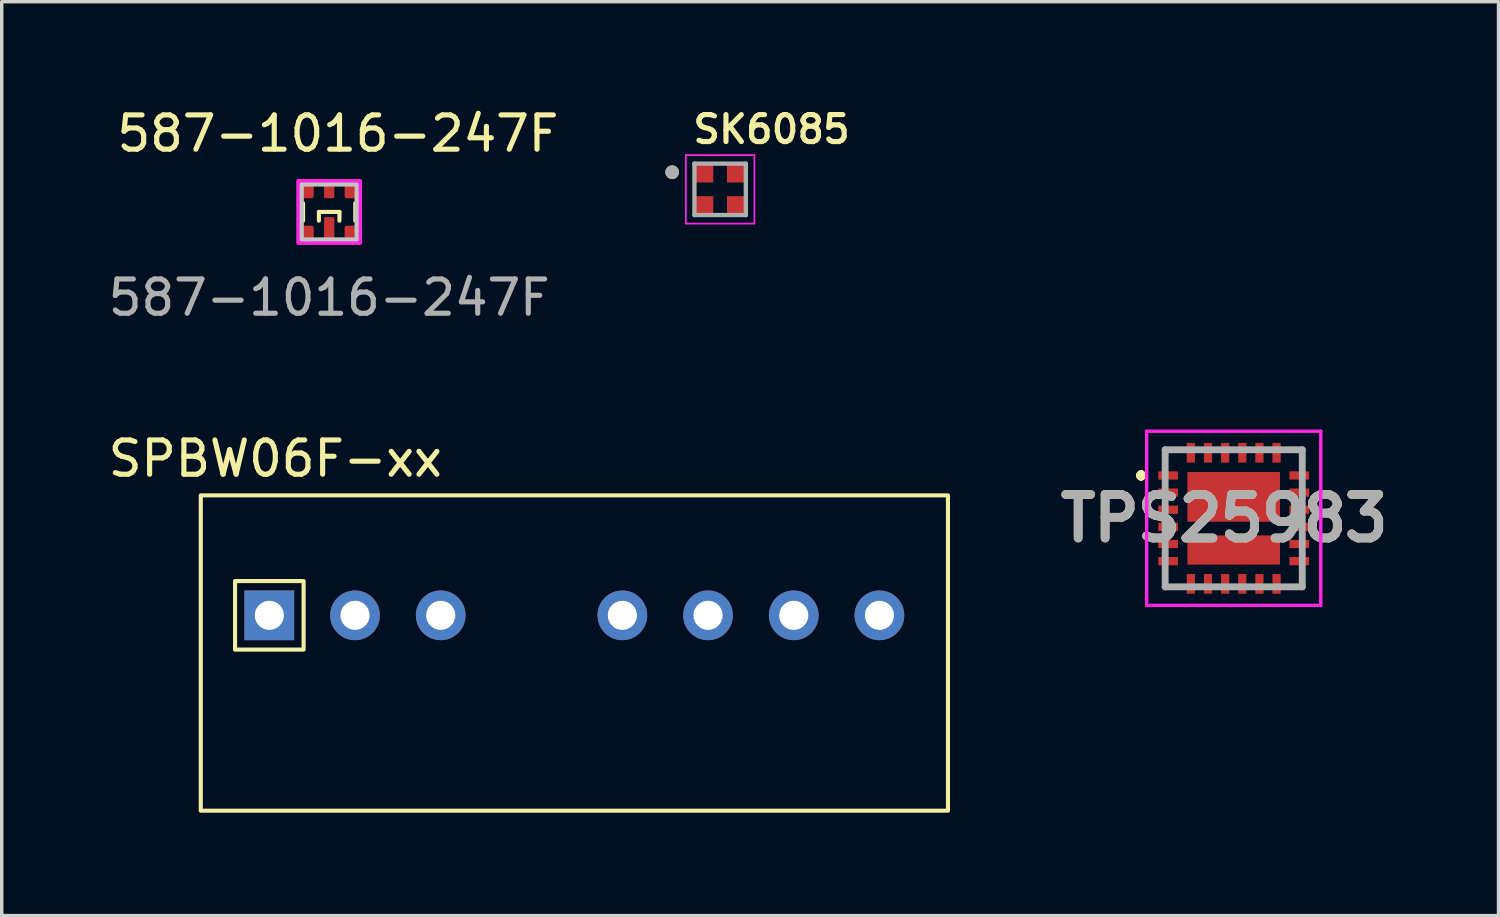
<source format=kicad_pcb>
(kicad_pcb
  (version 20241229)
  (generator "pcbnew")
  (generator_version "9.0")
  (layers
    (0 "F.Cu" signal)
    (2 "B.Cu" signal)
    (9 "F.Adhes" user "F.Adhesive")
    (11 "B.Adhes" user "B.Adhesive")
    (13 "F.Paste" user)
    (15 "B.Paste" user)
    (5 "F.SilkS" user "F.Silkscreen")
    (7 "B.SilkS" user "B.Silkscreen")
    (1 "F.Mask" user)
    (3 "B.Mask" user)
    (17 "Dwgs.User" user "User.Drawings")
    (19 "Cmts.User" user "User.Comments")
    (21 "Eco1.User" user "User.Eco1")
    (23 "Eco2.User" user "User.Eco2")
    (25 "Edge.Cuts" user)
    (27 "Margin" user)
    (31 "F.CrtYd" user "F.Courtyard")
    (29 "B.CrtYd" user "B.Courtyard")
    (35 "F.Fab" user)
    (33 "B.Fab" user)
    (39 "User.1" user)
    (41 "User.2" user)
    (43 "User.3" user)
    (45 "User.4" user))
  (footprint "587-1016-247F"
    (layer "F.Cu")
    (at 6.554 3.134)
    (property "Reference" "587-1016-247F" (at 0.254 -2.286 0) (unlocked yes) (layer "F.SilkS") (effects (font (size 1 1) (thickness 0.15))))
    (attr smd)
    (fp_line (start -0.762 -0.254) (end -0.762 0.254) (stroke (width 0.12) (type default)) (layer "F.SilkS"))
    (fp_line (start -0.3 0) (end 0.3 0) (stroke (width 0.12) (type default)) (layer "F.SilkS"))
    (fp_line (start -0.3 0.254) (end -0.3 0) (stroke (width 0.12) (type default)) (layer "F.SilkS"))
    (fp_line (start 0.3 0) (end 0.3 0.254) (stroke (width 0.12) (type default)) (layer "F.SilkS"))
    (fp_line (start 0.762 -0.254) (end 0.762 0.254) (stroke (width 0.12) (type default)) (layer "F.SilkS"))
    (fp_rect (start -0.8 -0.8) (end 0.8 0.8) (stroke (width 0.12) (type default)) (fill no) (layer "Dwgs.User"))
    (fp_rect (start -0.9 -0.9) (end 0.9 0.9) (stroke (width 0.12) (type default)) (fill no) (layer "F.CrtYd"))
    (fp_text user "${REFERENCE}" (at 0 2.5 0) (unlocked yes) (layer "F.Fab") (effects (font (size 1 1) (thickness 0.15))))
    (pad "1" smd roundrect (at 0 0.55) (size 0.3 0.8) (layers "F.Cu" "F.Mask" "F.Paste") (roundrect_rratio 0.15))
    (pad "2" smd roundrect (at -0.675 0.675) (size 0.45 0.55) (layers "F.Cu" "F.Mask" "F.Paste") (roundrect_rratio 0.15))
    (pad "3" smd roundrect (at -0.675 -0.675) (size 0.45 0.55) (layers "F.Cu" "F.Mask" "F.Paste") (roundrect_rratio 0.15))
    (pad "4" smd roundrect (at 0 -0.675) (size 0.3 0.55) (layers "F.Cu" "F.Mask" "F.Paste") (roundrect_rratio 0.15))
    (pad "5" smd roundrect (at 0.675 -0.675) (size 0.45 0.55) (layers "F.Cu" "F.Mask" "F.Paste") (roundrect_rratio 0.15))
    (pad "6" smd roundrect (at 0.675 0.675) (size 0.45 0.55) (layers "F.Cu" "F.Mask" "F.Paste") (roundrect_rratio 0.15)))
  (footprint "TPS25983"
    (layer "F.Cu")
    (at 32.945 12.072)
    (property "Reference" "TPS25983" (at -0.275 0 0) (layer "F.SilkS") (effects (font (size 1.27 1.27) (thickness 0.254))))
    (attr smd)
    (fp_line (start -2.7 -1.3) (end -2.7 -1.3) (stroke (width 0.2) (type solid)) (layer "F.SilkS"))
    (fp_line (start -2.7 -1.3) (end -2.7 -1.3) (stroke (width 0.2) (type solid)) (layer "F.SilkS"))
    (fp_line (start -2.7 -1.2) (end -2.7 -1.2) (stroke (width 0.2) (type solid)) (layer "F.SilkS"))
    (fp_line (start -2 -2) (end -2 -2) (stroke (width 0.1) (type solid)) (layer "F.SilkS"))
    (fp_line (start -2 -2) (end -2 -2) (stroke (width 0.1) (type solid)) (layer "F.SilkS"))
    (fp_line (start -2 -2) (end -2 -1.75) (stroke (width 0.1) (type solid)) (layer "F.SilkS"))
    (fp_line (start -2 -2) (end -1.75 -2) (stroke (width 0.1) (type solid)) (layer "F.SilkS"))
    (fp_line (start -2 -1.75) (end -2 -2) (stroke (width 0.1) (type solid)) (layer "F.SilkS"))
    (fp_line (start -2 -1.75) (end -2 -1.75) (stroke (width 0.1) (type solid)) (layer "F.SilkS"))
    (fp_line (start -2 1.75) (end -2 1.75) (stroke (width 0.1) (type solid)) (layer "F.SilkS"))
    (fp_line (start -2 1.75) (end -2 2) (stroke (width 0.1) (type solid)) (layer "F.SilkS"))
    (fp_line (start -2 2) (end -2 1.75) (stroke (width 0.1) (type solid)) (layer "F.SilkS"))
    (fp_line (start -2 2) (end -2 2) (stroke (width 0.1) (type solid)) (layer "F.SilkS"))
    (fp_line (start -2 2) (end -2 2) (stroke (width 0.1) (type solid)) (layer "F.SilkS"))
    (fp_line (start -2 2) (end -1.75 2) (stroke (width 0.1) (type solid)) (layer "F.SilkS"))
    (fp_line (start -1.75 -2) (end -2 -2) (stroke (width 0.1) (type solid)) (layer "F.SilkS"))
    (fp_line (start -1.75 -2) (end -1.75 -2) (stroke (width 0.1) (type solid)) (layer "F.SilkS"))
    (fp_line (start -1.75 2) (end -2 2) (stroke (width 0.1) (type solid)) (layer "F.SilkS"))
    (fp_line (start -1.75 2) (end -1.75 2) (stroke (width 0.1) (type solid)) (layer "F.SilkS"))
    (fp_line (start 1.75 -2) (end 1.75 -2) (stroke (width 0.1) (type solid)) (layer "F.SilkS"))
    (fp_line (start 1.75 -2) (end 2 -2) (stroke (width 0.1) (type solid)) (layer "F.SilkS"))
    (fp_line (start 1.75 2) (end 1.75 2) (stroke (width 0.1) (type solid)) (layer "F.SilkS"))
    (fp_line (start 1.75 2) (end 2 2) (stroke (width 0.1) (type solid)) (layer "F.SilkS"))
    (fp_line (start 2 -2) (end 1.75 -2) (stroke (width 0.1) (type solid)) (layer "F.SilkS"))
    (fp_line (start 2 -2) (end 2 -2) (stroke (width 0.1) (type solid)) (layer "F.SilkS"))
    (fp_line (start 2 -2) (end 2 -2) (stroke (width 0.1) (type solid)) (layer "F.SilkS"))
    (fp_line (start 2 -2) (end 2 -1.75) (stroke (width 0.1) (type solid)) (layer "F.SilkS"))
    (fp_line (start 2 -1.75) (end 2 -2) (stroke (width 0.1) (type solid)) (layer "F.SilkS"))
    (fp_line (start 2 -1.75) (end 2 -1.75) (stroke (width 0.1) (type solid)) (layer "F.SilkS"))
    (fp_line (start 2 1.75) (end 2 1.75) (stroke (width 0.1) (type solid)) (layer "F.SilkS"))
    (fp_line (start 2 1.75) (end 2 2) (stroke (width 0.1) (type solid)) (layer "F.SilkS"))
    (fp_line (start 2 2) (end 1.75 2) (stroke (width 0.1) (type solid)) (layer "F.SilkS"))
    (fp_line (start 2 2) (end 2 1.75) (stroke (width 0.1) (type solid)) (layer "F.SilkS"))
    (fp_line (start 2 2) (end 2 2) (stroke (width 0.1) (type solid)) (layer "F.SilkS"))
    (fp_line (start 2 2) (end 2 2) (stroke (width 0.1) (type solid)) (layer "F.SilkS"))
    (fp_arc (start -2.7 -1.3) (mid -2.65 -1.25) (end -2.7 -1.2) (stroke (width 0.2) (type solid)) (layer "F.SilkS"))
    (fp_arc (start -2.7 -1.2) (mid -2.75 -1.25) (end -2.7 -1.3) (stroke (width 0.2) (type solid)) (layer "F.SilkS"))
    (fp_arc (start -2.7 -1.2) (mid -2.75 -1.25) (end -2.7 -1.3) (stroke (width 0.2) (type solid)) (layer "F.SilkS"))
    (fp_line (start -2.54 -2.54) (end 2.54 -2.54) (stroke (width 0.1) (type solid)) (layer "F.CrtYd"))
    (fp_line (start -2.54 2.54) (end -2.54 -2.54) (stroke (width 0.1) (type solid)) (layer "F.CrtYd"))
    (fp_line (start 2.54 -2.54) (end 2.54 2.54) (stroke (width 0.1) (type solid)) (layer "F.CrtYd"))
    (fp_line (start 2.54 2.54) (end -2.54 2.54) (stroke (width 0.1) (type solid)) (layer "F.CrtYd"))
    (fp_line (start -2 -2) (end -2 2) (stroke (width 0.2) (type solid)) (layer "F.Fab"))
    (fp_line (start -2 2) (end 2 2) (stroke (width 0.2) (type solid)) (layer "F.Fab"))
    (fp_line (start 2 -2) (end -2 -2) (stroke (width 0.2) (type solid)) (layer "F.Fab"))
    (fp_line (start 2 2) (end 2 -2) (stroke (width 0.2) (type solid)) (layer "F.Fab"))
    (fp_text user "${REFERENCE}" (at -0.275 0 0) (layer "F.Fab") (effects (font (size 1.27 1.27) (thickness 0.254))))
    (pad "1" smd rect (at -1.913 -1.25 90) (size 0.24 0.575) (layers "F.Cu" "F.Mask" "F.Paste"))
    (pad "2" smd rect (at -1.913 -0.75 90) (size 0.24 0.575) (layers "F.Cu" "F.Mask" "F.Paste"))
    (pad "3" smd rect (at -1.913 -0.25 90) (size 0.24 0.575) (layers "F.Cu" "F.Mask" "F.Paste"))
    (pad "4" smd rect (at -1.913 0.25 90) (size 0.24 0.575) (layers "F.Cu" "F.Mask" "F.Paste"))
    (pad "5" smd rect (at -1.913 0.75 90) (size 0.24 0.575) (layers "F.Cu" "F.Mask" "F.Paste"))
    (pad "6" smd rect (at -1.913 1.25 90) (size 0.24 0.575) (layers "F.Cu" "F.Mask" "F.Paste"))
    (pad "7" smd rect (at -1.25 1.913) (size 0.24 0.575) (layers "F.Cu" "F.Mask" "F.Paste"))
    (pad "8" smd rect (at -0.75 1.913) (size 0.24 0.575) (layers "F.Cu" "F.Mask" "F.Paste"))
    (pad "9" smd rect (at -0.25 1.913) (size 0.24 0.575) (layers "F.Cu" "F.Mask" "F.Paste"))
    (pad "10" smd rect (at 0.25 1.913) (size 0.24 0.575) (layers "F.Cu" "F.Mask" "F.Paste"))
    (pad "11" smd rect (at 0.75 1.913) (size 0.24 0.575) (layers "F.Cu" "F.Mask" "F.Paste"))
    (pad "12" smd rect (at 1.25 1.913) (size 0.24 0.575) (layers "F.Cu" "F.Mask" "F.Paste"))
    (pad "13" smd rect (at 1.913 1.25 90) (size 0.24 0.575) (layers "F.Cu" "F.Mask" "F.Paste"))
    (pad "14" smd rect (at 1.913 0.75 90) (size 0.24 0.575) (layers "F.Cu" "F.Mask" "F.Paste"))
    (pad "15" smd rect (at 1.913 0.25 90) (size 0.24 0.575) (layers "F.Cu" "F.Mask" "F.Paste"))
    (pad "16" smd rect (at 1.913 -0.25 90) (size 0.24 0.575) (layers "F.Cu" "F.Mask" "F.Paste"))
    (pad "17" smd rect (at 1.913 -0.75 90) (size 0.24 0.575) (layers "F.Cu" "F.Mask" "F.Paste"))
    (pad "18" smd rect (at 1.913 -1.25 90) (size 0.24 0.575) (layers "F.Cu" "F.Mask" "F.Paste"))
    (pad "19" smd rect (at 1.25 -1.913) (size 0.24 0.575) (layers "F.Cu" "F.Mask" "F.Paste"))
    (pad "20" smd rect (at 0.75 -1.913) (size 0.24 0.575) (layers "F.Cu" "F.Mask" "F.Paste"))
    (pad "21" smd rect (at 0.25 -1.913) (size 0.24 0.575) (layers "F.Cu" "F.Mask" "F.Paste"))
    (pad "22" smd rect (at -0.25 -1.913) (size 0.24 0.575) (layers "F.Cu" "F.Mask" "F.Paste"))
    (pad "23" smd rect (at -0.75 -1.913) (size 0.24 0.575) (layers "F.Cu" "F.Mask" "F.Paste"))
    (pad "24" smd rect (at -1.25 -1.913) (size 0.24 0.575) (layers "F.Cu" "F.Mask" "F.Paste"))
    (pad "P1" smd rect (at 0 -0.625 90) (size 1.45 2.7) (layers "F.Cu" "F.Mask" "F.Paste"))
    (pad "P2" smd rect (at 0 0.925 90) (size 0.85 2.7) (layers "F.Cu" "F.Mask" "F.Paste")))
  (footprint "SPBW06F-xx"
    (layer "F.Cu")
    (at 13.618 15.665)
    (property "Reference" "SPBW06F-xx" (at -8.636 -5.334 0) (layer "F.SilkS") (effects (font (size 1 1) (thickness 0.15))))
    (attr through_hole)
    (fp_rect (start -10.81 4.938) (end 10.99 -4.262) (stroke (width 0.12) (type default)) (fill no) (layer "F.SilkS"))
    (fp_rect (start -9.81 0.238) (end -7.81 -1.762) (stroke (width 0.12) (type default)) (fill no) (layer "F.SilkS"))
    (pad "1" thru_hole rect (at -8.81 -0.762 270) (size 1.45 1.45) (drill 0.85) (layers "*.Cu" "*.Mask"))
    (pad "2" thru_hole circle (at -6.31 -0.762 270) (size 1.45 1.45) (drill 0.85) (layers "*.Cu" "*.Mask"))
    (pad "3" thru_hole circle (at -3.81 -0.762 270) (size 1.45 1.45) (drill 0.85) (layers "*.Cu" "*.Mask"))
    (pad "5" thru_hole circle (at 1.49 -0.762 270) (size 1.45 1.45) (drill 0.85) (layers "*.Cu" "*.Mask"))
    (pad "6" thru_hole circle (at 3.99 -0.762 270) (size 1.45 1.45) (drill 0.85) (layers "*.Cu" "*.Mask"))
    (pad "7" thru_hole circle (at 6.49 -0.762 270) (size 1.45 1.45) (drill 0.85) (layers "*.Cu" "*.Mask"))
    (pad "8" thru_hole circle (at 8.99 -0.762 270) (size 1.45 1.45) (drill 0.85) (layers "*.Cu" "*.Mask")))
  (footprint "SK6085"
    (layer "F.Cu")
    (at 17.961 2.474)
    (property "Reference" "SK6085" (at 1.5 -1.75 0) (layer "F.SilkS") (effects (font (size 0.787 0.787) (thickness 0.15))))
    (attr smd)
    (fp_circle (center -1.4 -0.5) (end -1.3 -0.5) (stroke (width 0.2) (type solid)) (fill no) (layer "F.SilkS"))
    (fp_line (start -1 -1) (end -1 1) (stroke (width 0.05) (type solid)) (layer "F.CrtYd"))
    (fp_line (start -1 1) (end 1 1) (stroke (width 0.05) (type solid)) (layer "F.CrtYd"))
    (fp_line (start 1 -1) (end -1 -1) (stroke (width 0.05) (type solid)) (layer "F.CrtYd"))
    (fp_line (start 1 1) (end 1 -1) (stroke (width 0.05) (type solid)) (layer "F.CrtYd"))
    (fp_line (start -0.75 -0.75) (end 0.75 -0.75) (stroke (width 0.127) (type solid)) (layer "F.Fab"))
    (fp_line (start -0.75 0.75) (end -0.75 -0.75) (stroke (width 0.127) (type solid)) (layer "F.Fab"))
    (fp_line (start 0.75 -0.75) (end 0.75 0.75) (stroke (width 0.127) (type solid)) (layer "F.Fab"))
    (fp_line (start 0.75 0.75) (end -0.75 0.75) (stroke (width 0.127) (type solid)) (layer "F.Fab"))
    (fp_circle (center -1.4 -0.5) (end -1.3 -0.5) (stroke (width 0.2) (type solid)) (fill no) (layer "F.Fab"))
    (pad "1" smd rect (at -0.475 -0.475) (size 0.55 0.55) (layers "F.Cu" "F.Mask" "F.Paste"))
    (pad "2" smd rect (at -0.475 0.475) (size 0.55 0.55) (layers "F.Cu" "F.Mask" "F.Paste"))
    (pad "3" smd rect (at 0.475 0.475) (size 0.55 0.55) (layers "F.Cu" "F.Mask" "F.Paste"))
    (pad "4" smd rect (at 0.475 -0.475) (size 0.55 0.55) (layers "F.Cu" "F.Mask" "F.Paste")))
  (gr_rect
    (start -3 -3)
    (end 40.671 23.663)
    (stroke (width 0.1) (type default))
    (fill no)
    (layer "Edge.Cuts")))
</source>
